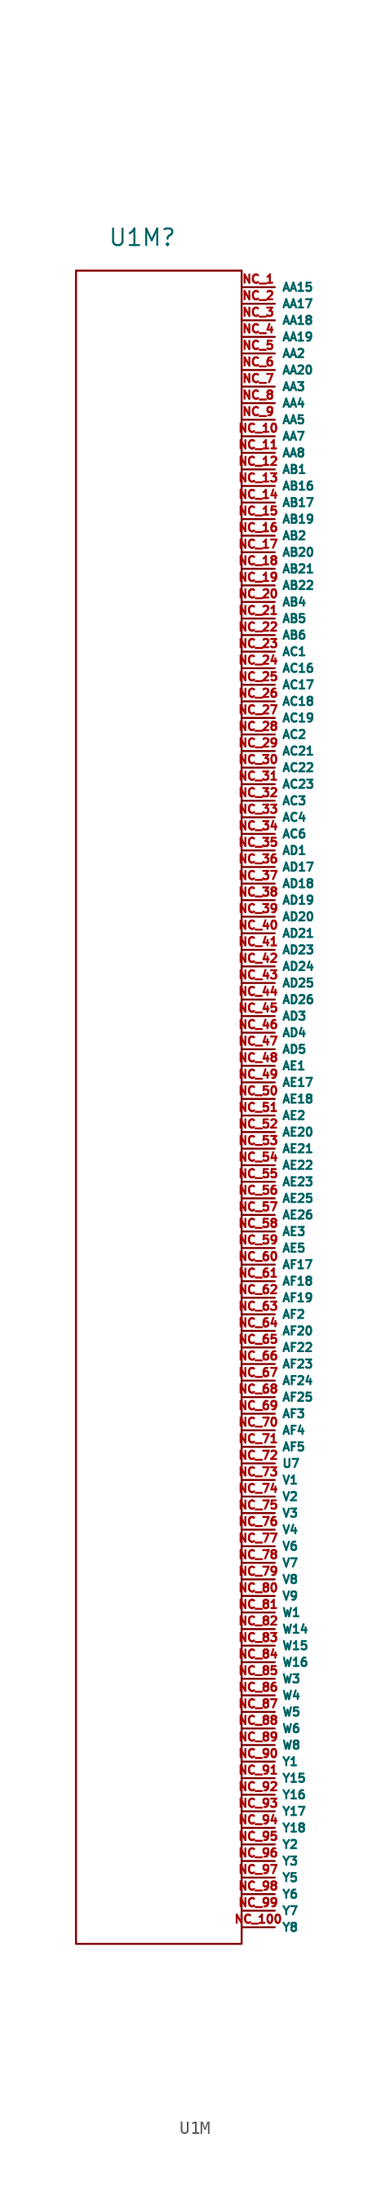
<source format=kicad_sym>
(kicad_symbol_lib
  (version 20241209)
  (generator "kicad_symbol_editor")
  (generator_version "9.0")
  (symbol "U1M"
    (property "Reference" "U1M"
      (at 0 0 0)
      (effects (font (size 1.27 1.27))))
    (property "Value" ""
      (at 0 0 0)
      (effects (font (size 1.27 1.27))))
    (symbol "U1M_0_1"
      (rectangle (start -5.08 -2.54) (end 7.62 -130.81) (stroke (width 0) (type default)) (fill (type none))))
    (symbol "U1M_1_1"
      (pin bidirectional line (at 7.62 -3.81 0) (length 2.54) (name "AA15" (effects (font (size 0.635 0.635)))) (number "NC_1" (effects (font (size 0.635 0.635)))))
      (pin bidirectional line (at 7.62 -5.08 0) (length 2.54) (name "AA17" (effects (font (size 0.635 0.635)))) (number "NC_2" (effects (font (size 0.635 0.635)))))
      (pin bidirectional line (at 7.62 -6.35 0) (length 2.54) (name "AA18" (effects (font (size 0.635 0.635)))) (number "NC_3" (effects (font (size 0.635 0.635)))))
      (pin bidirectional line (at 7.62 -7.62 0) (length 2.54) (name "AA19" (effects (font (size 0.635 0.635)))) (number "NC_4" (effects (font (size 0.635 0.635)))))
      (pin bidirectional line (at 7.62 -8.89 0) (length 2.54) (name "AA2" (effects (font (size 0.635 0.635)))) (number "NC_5" (effects (font (size 0.635 0.635)))))
      (pin bidirectional line (at 7.62 -10.16 0) (length 2.54) (name "AA20" (effects (font (size 0.635 0.635)))) (number "NC_6" (effects (font (size 0.635 0.635)))))
      (pin bidirectional line (at 7.62 -11.43 0) (length 2.54) (name "AA3" (effects (font (size 0.635 0.635)))) (number "NC_7" (effects (font (size 0.635 0.635)))))
      (pin bidirectional line (at 7.62 -12.7 0) (length 2.54) (name "AA4" (effects (font (size 0.635 0.635)))) (number "NC_8" (effects (font (size 0.635 0.635)))))
      (pin bidirectional line (at 7.62 -13.97 0) (length 2.54) (name "AA5" (effects (font (size 0.635 0.635)))) (number "NC_9" (effects (font (size 0.635 0.635)))))
      (pin bidirectional line (at 7.62 -15.24 0) (length 2.54) (name "AA7" (effects (font (size 0.635 0.635)))) (number "NC_10" (effects (font (size 0.635 0.635)))))
      (pin bidirectional line (at 7.62 -16.51 0) (length 2.54) (name "AA8" (effects (font (size 0.635 0.635)))) (number "NC_11" (effects (font (size 0.635 0.635)))))
      (pin bidirectional line (at 7.62 -17.78 0) (length 2.54) (name "AB1" (effects (font (size 0.635 0.635)))) (number "NC_12" (effects (font (size 0.635 0.635)))))
      (pin bidirectional line (at 7.62 -19.05 0) (length 2.54) (name "AB16" (effects (font (size 0.635 0.635)))) (number "NC_13" (effects (font (size 0.635 0.635)))))
      (pin bidirectional line (at 7.62 -20.32 0) (length 2.54) (name "AB17" (effects (font (size 0.635 0.635)))) (number "NC_14" (effects (font (size 0.635 0.635)))))
      (pin bidirectional line (at 7.62 -21.59 0) (length 2.54) (name "AB19" (effects (font (size 0.635 0.635)))) (number "NC_15" (effects (font (size 0.635 0.635)))))
      (pin bidirectional line (at 7.62 -22.86 0) (length 2.54) (name "AB2" (effects (font (size 0.635 0.635)))) (number "NC_16" (effects (font (size 0.635 0.635)))))
      (pin bidirectional line (at 7.62 -24.13 0) (length 2.54) (name "AB20" (effects (font (size 0.635 0.635)))) (number "NC_17" (effects (font (size 0.635 0.635)))))
      (pin bidirectional line (at 7.62 -25.4 0) (length 2.54) (name "AB21" (effects (font (size 0.635 0.635)))) (number "NC_18" (effects (font (size 0.635 0.635)))))
      (pin bidirectional line (at 7.62 -26.67 0) (length 2.54) (name "AB22" (effects (font (size 0.635 0.635)))) (number "NC_19" (effects (font (size 0.635 0.635)))))
      (pin bidirectional line (at 7.62 -27.94 0) (length 2.54) (name "AB4" (effects (font (size 0.635 0.635)))) (number "NC_20" (effects (font (size 0.635 0.635)))))
      (pin bidirectional line (at 7.62 -29.21 0) (length 2.54) (name "AB5" (effects (font (size 0.635 0.635)))) (number "NC_21" (effects (font (size 0.635 0.635)))))
      (pin bidirectional line (at 7.62 -30.48 0) (length 2.54) (name "AB6" (effects (font (size 0.635 0.635)))) (number "NC_22" (effects (font (size 0.635 0.635)))))
      (pin bidirectional line (at 7.62 -31.75 0) (length 2.54) (name "AC1" (effects (font (size 0.635 0.635)))) (number "NC_23" (effects (font (size 0.635 0.635)))))
      (pin bidirectional line (at 7.62 -33.02 0) (length 2.54) (name "AC16" (effects (font (size 0.635 0.635)))) (number "NC_24" (effects (font (size 0.635 0.635)))))
      (pin bidirectional line (at 7.62 -34.29 0) (length 2.54) (name "AC17" (effects (font (size 0.635 0.635)))) (number "NC_25" (effects (font (size 0.635 0.635)))))
      (pin bidirectional line (at 7.62 -35.56 0) (length 2.54) (name "AC18" (effects (font (size 0.635 0.635)))) (number "NC_26" (effects (font (size 0.635 0.635)))))
      (pin bidirectional line (at 7.62 -36.83 0) (length 2.54) (name "AC19" (effects (font (size 0.635 0.635)))) (number "NC_27" (effects (font (size 0.635 0.635)))))
      (pin bidirectional line (at 7.62 -38.1 0) (length 2.54) (name "AC2" (effects (font (size 0.635 0.635)))) (number "NC_28" (effects (font (size 0.635 0.635)))))
      (pin bidirectional line (at 7.62 -39.37 0) (length 2.54) (name "AC21" (effects (font (size 0.635 0.635)))) (number "NC_29" (effects (font (size 0.635 0.635)))))
      (pin bidirectional line (at 7.62 -40.64 0) (length 2.54) (name "AC22" (effects (font (size 0.635 0.635)))) (number "NC_30" (effects (font (size 0.635 0.635)))))
      (pin bidirectional line (at 7.62 -41.91 0) (length 2.54) (name "AC23" (effects (font (size 0.635 0.635)))) (number "NC_31" (effects (font (size 0.635 0.635)))))
      (pin bidirectional line (at 7.62 -43.18 0) (length 2.54) (name "AC3" (effects (font (size 0.635 0.635)))) (number "NC_32" (effects (font (size 0.635 0.635)))))
      (pin bidirectional line (at 7.62 -44.45 0) (length 2.54) (name "AC4" (effects (font (size 0.635 0.635)))) (number "NC_33" (effects (font (size 0.635 0.635)))))
      (pin bidirectional line (at 7.62 -45.72 0) (length 2.54) (name "AC6" (effects (font (size 0.635 0.635)))) (number "NC_34" (effects (font (size 0.635 0.635)))))
      (pin bidirectional line (at 7.62 -46.99 0) (length 2.54) (name "AD1" (effects (font (size 0.635 0.635)))) (number "NC_35" (effects (font (size 0.635 0.635)))))
      (pin bidirectional line (at 7.62 -48.26 0) (length 2.54) (name "AD17" (effects (font (size 0.635 0.635)))) (number "NC_36" (effects (font (size 0.635 0.635)))))
      (pin bidirectional line (at 7.62 -49.53 0) (length 2.54) (name "AD18" (effects (font (size 0.635 0.635)))) (number "NC_37" (effects (font (size 0.635 0.635)))))
      (pin bidirectional line (at 7.62 -50.8 0) (length 2.54) (name "AD19" (effects (font (size 0.635 0.635)))) (number "NC_38" (effects (font (size 0.635 0.635)))))
      (pin bidirectional line (at 7.62 -52.07 0) (length 2.54) (name "AD20" (effects (font (size 0.635 0.635)))) (number "NC_39" (effects (font (size 0.635 0.635)))))
      (pin bidirectional line (at 7.62 -53.34 0) (length 2.54) (name "AD21" (effects (font (size 0.635 0.635)))) (number "NC_40" (effects (font (size 0.635 0.635)))))
      (pin bidirectional line (at 7.62 -54.61 0) (length 2.54) (name "AD23" (effects (font (size 0.635 0.635)))) (number "NC_41" (effects (font (size 0.635 0.635)))))
      (pin bidirectional line (at 7.62 -55.88 0) (length 2.54) (name "AD24" (effects (font (size 0.635 0.635)))) (number "NC_42" (effects (font (size 0.635 0.635)))))
      (pin bidirectional line (at 7.62 -57.15 0) (length 2.54) (name "AD25" (effects (font (size 0.635 0.635)))) (number "NC_43" (effects (font (size 0.635 0.635)))))
      (pin bidirectional line (at 7.62 -58.42 0) (length 2.54) (name "AD26" (effects (font (size 0.635 0.635)))) (number "NC_44" (effects (font (size 0.635 0.635)))))
      (pin bidirectional line (at 7.62 -59.69 0) (length 2.54) (name "AD3" (effects (font (size 0.635 0.635)))) (number "NC_45" (effects (font (size 0.635 0.635)))))
      (pin bidirectional line (at 7.62 -60.96 0) (length 2.54) (name "AD4" (effects (font (size 0.635 0.635)))) (number "NC_46" (effects (font (size 0.635 0.635)))))
      (pin bidirectional line (at 7.62 -62.23 0) (length 2.54) (name "AD5" (effects (font (size 0.635 0.635)))) (number "NC_47" (effects (font (size 0.635 0.635)))))
      (pin bidirectional line (at 7.62 -63.5 0) (length 2.54) (name "AE1" (effects (font (size 0.635 0.635)))) (number "NC_48" (effects (font (size 0.635 0.635)))))
      (pin bidirectional line (at 7.62 -64.77 0) (length 2.54) (name "AE17" (effects (font (size 0.635 0.635)))) (number "NC_49" (effects (font (size 0.635 0.635)))))
      (pin bidirectional line (at 7.62 -66.04 0) (length 2.54) (name "AE18" (effects (font (size 0.635 0.635)))) (number "NC_50" (effects (font (size 0.635 0.635)))))
      (pin bidirectional line (at 7.62 -67.31 0) (length 2.54) (name "AE2" (effects (font (size 0.635 0.635)))) (number "NC_51" (effects (font (size 0.635 0.635)))))
      (pin bidirectional line (at 7.62 -68.58 0) (length 2.54) (name "AE20" (effects (font (size 0.635 0.635)))) (number "NC_52" (effects (font (size 0.635 0.635)))))
      (pin bidirectional line (at 7.62 -69.85 0) (length 2.54) (name "AE21" (effects (font (size 0.635 0.635)))) (number "NC_53" (effects (font (size 0.635 0.635)))))
      (pin bidirectional line (at 7.62 -71.12 0) (length 2.54) (name "AE22" (effects (font (size 0.635 0.635)))) (number "NC_54" (effects (font (size 0.635 0.635)))))
      (pin bidirectional line (at 7.62 -72.39 0) (length 2.54) (name "AE23" (effects (font (size 0.635 0.635)))) (number "NC_55" (effects (font (size 0.635 0.635)))))
      (pin bidirectional line (at 7.62 -73.66 0) (length 2.54) (name "AE25" (effects (font (size 0.635 0.635)))) (number "NC_56" (effects (font (size 0.635 0.635)))))
      (pin bidirectional line (at 7.62 -74.93 0) (length 2.54) (name "AE26" (effects (font (size 0.635 0.635)))) (number "NC_57" (effects (font (size 0.635 0.635)))))
      (pin bidirectional line (at 7.62 -76.2 0) (length 2.54) (name "AE3" (effects (font (size 0.635 0.635)))) (number "NC_58" (effects (font (size 0.635 0.635)))))
      (pin bidirectional line (at 7.62 -77.47 0) (length 2.54) (name "AE5" (effects (font (size 0.635 0.635)))) (number "NC_59" (effects (font (size 0.635 0.635)))))
      (pin bidirectional line (at 7.62 -78.74 0) (length 2.54) (name "AF17" (effects (font (size 0.635 0.635)))) (number "NC_60" (effects (font (size 0.635 0.635)))))
      (pin bidirectional line (at 7.62 -80.01 0) (length 2.54) (name "AF18" (effects (font (size 0.635 0.635)))) (number "NC_61" (effects (font (size 0.635 0.635)))))
      (pin bidirectional line (at 7.62 -81.28 0) (length 2.54) (name "AF19" (effects (font (size 0.635 0.635)))) (number "NC_62" (effects (font (size 0.635 0.635)))))
      (pin bidirectional line (at 7.62 -82.55 0) (length 2.54) (name "AF2" (effects (font (size 0.635 0.635)))) (number "NC_63" (effects (font (size 0.635 0.635)))))
      (pin bidirectional line (at 7.62 -83.82 0) (length 2.54) (name "AF20" (effects (font (size 0.635 0.635)))) (number "NC_64" (effects (font (size 0.635 0.635)))))
      (pin bidirectional line (at 7.62 -85.09 0) (length 2.54) (name "AF22" (effects (font (size 0.635 0.635)))) (number "NC_65" (effects (font (size 0.635 0.635)))))
      (pin bidirectional line (at 7.62 -86.36 0) (length 2.54) (name "AF23" (effects (font (size 0.635 0.635)))) (number "NC_66" (effects (font (size 0.635 0.635)))))
      (pin bidirectional line (at 7.62 -87.63 0) (length 2.54) (name "AF24" (effects (font (size 0.635 0.635)))) (number "NC_67" (effects (font (size 0.635 0.635)))))
      (pin bidirectional line (at 7.62 -88.9 0) (length 2.54) (name "AF25" (effects (font (size 0.635 0.635)))) (number "NC_68" (effects (font (size 0.635 0.635)))))
      (pin bidirectional line (at 7.62 -90.17 0) (length 2.54) (name "AF3" (effects (font (size 0.635 0.635)))) (number "NC_69" (effects (font (size 0.635 0.635)))))
      (pin bidirectional line (at 7.62 -91.44 0) (length 2.54) (name "AF4" (effects (font (size 0.635 0.635)))) (number "NC_70" (effects (font (size 0.635 0.635)))))
      (pin bidirectional line (at 7.62 -92.71 0) (length 2.54) (name "AF5" (effects (font (size 0.635 0.635)))) (number "NC_71" (effects (font (size 0.635 0.635)))))
      (pin bidirectional line (at 7.62 -93.98 0) (length 2.54) (name "U7" (effects (font (size 0.635 0.635)))) (number "NC_72" (effects (font (size 0.635 0.635)))))
      (pin bidirectional line (at 7.62 -95.25 0) (length 2.54) (name "V1" (effects (font (size 0.635 0.635)))) (number "NC_73" (effects (font (size 0.635 0.635)))))
      (pin bidirectional line (at 7.62 -96.52 0) (length 2.54) (name "V2" (effects (font (size 0.635 0.635)))) (number "NC_74" (effects (font (size 0.635 0.635)))))
      (pin bidirectional line (at 7.62 -97.79 0) (length 2.54) (name "V3" (effects (font (size 0.635 0.635)))) (number "NC_75" (effects (font (size 0.635 0.635)))))
      (pin bidirectional line (at 7.62 -99.06 0) (length 2.54) (name "V4" (effects (font (size 0.635 0.635)))) (number "NC_76" (effects (font (size 0.635 0.635)))))
      (pin bidirectional line (at 7.62 -100.33 0) (length 2.54) (name "V6" (effects (font (size 0.635 0.635)))) (number "NC_77" (effects (font (size 0.635 0.635)))))
      (pin bidirectional line (at 7.62 -101.6 0) (length 2.54) (name "V7" (effects (font (size 0.635 0.635)))) (number "NC_78" (effects (font (size 0.635 0.635)))))
      (pin bidirectional line (at 7.62 -102.87 0) (length 2.54) (name "V8" (effects (font (size 0.635 0.635)))) (number "NC_79" (effects (font (size 0.635 0.635)))))
      (pin bidirectional line (at 7.62 -104.14 0) (length 2.54) (name "V9" (effects (font (size 0.635 0.635)))) (number "NC_80" (effects (font (size 0.635 0.635)))))
      (pin bidirectional line (at 7.62 -105.41 0) (length 2.54) (name "W1" (effects (font (size 0.635 0.635)))) (number "NC_81" (effects (font (size 0.635 0.635)))))
      (pin bidirectional line (at 7.62 -106.68 0) (length 2.54) (name "W14" (effects (font (size 0.635 0.635)))) (number "NC_82" (effects (font (size 0.635 0.635)))))
      (pin bidirectional line (at 7.62 -107.95 0) (length 2.54) (name "W15" (effects (font (size 0.635 0.635)))) (number "NC_83" (effects (font (size 0.635 0.635)))))
      (pin bidirectional line (at 7.62 -109.22 0) (length 2.54) (name "W16" (effects (font (size 0.635 0.635)))) (number "NC_84" (effects (font (size 0.635 0.635)))))
      (pin bidirectional line (at 7.62 -110.49 0) (length 2.54) (name "W3" (effects (font (size 0.635 0.635)))) (number "NC_85" (effects (font (size 0.635 0.635)))))
      (pin bidirectional line (at 7.62 -111.76 0) (length 2.54) (name "W4" (effects (font (size 0.635 0.635)))) (number "NC_86" (effects (font (size 0.635 0.635)))))
      (pin bidirectional line (at 7.62 -113.03 0) (length 2.54) (name "W5" (effects (font (size 0.635 0.635)))) (number "NC_87" (effects (font (size 0.635 0.635)))))
      (pin bidirectional line (at 7.62 -114.3 0) (length 2.54) (name "W6" (effects (font (size 0.635 0.635)))) (number "NC_88" (effects (font (size 0.635 0.635)))))
      (pin bidirectional line (at 7.62 -115.57 0) (length 2.54) (name "W8" (effects (font (size 0.635 0.635)))) (number "NC_89" (effects (font (size 0.635 0.635)))))
      (pin bidirectional line (at 7.62 -116.84 0) (length 2.54) (name "Y1" (effects (font (size 0.635 0.635)))) (number "NC_90" (effects (font (size 0.635 0.635)))))
      (pin bidirectional line (at 7.62 -118.11 0) (length 2.54) (name "Y15" (effects (font (size 0.635 0.635)))) (number "NC_91" (effects (font (size 0.635 0.635)))))
      (pin bidirectional line (at 7.62 -119.38 0) (length 2.54) (name "Y16" (effects (font (size 0.635 0.635)))) (number "NC_92" (effects (font (size 0.635 0.635)))))
      (pin bidirectional line (at 7.62 -120.65 0) (length 2.54) (name "Y17" (effects (font (size 0.635 0.635)))) (number "NC_93" (effects (font (size 0.635 0.635)))))
      (pin bidirectional line (at 7.62 -121.92 0) (length 2.54) (name "Y18" (effects (font (size 0.635 0.635)))) (number "NC_94" (effects (font (size 0.635 0.635)))))
      (pin bidirectional line (at 7.62 -123.19 0) (length 2.54) (name "Y2" (effects (font (size 0.635 0.635)))) (number "NC_95" (effects (font (size 0.635 0.635)))))
      (pin bidirectional line (at 7.62 -124.46 0) (length 2.54) (name "Y3" (effects (font (size 0.635 0.635)))) (number "NC_96" (effects (font (size 0.635 0.635)))))
      (pin bidirectional line (at 7.62 -125.73 0) (length 2.54) (name "Y5" (effects (font (size 0.635 0.635)))) (number "NC_97" (effects (font (size 0.635 0.635)))))
      (pin bidirectional line (at 7.62 -127 0) (length 2.54) (name "Y6" (effects (font (size 0.635 0.635)))) (number "NC_98" (effects (font (size 0.635 0.635)))))
      (pin bidirectional line (at 7.62 -128.27 0) (length 2.54) (name "Y7" (effects (font (size 0.635 0.635)))) (number "NC_99" (effects (font (size 0.635 0.635)))))
      (pin bidirectional line (at 7.62 -129.54 0) (length 2.54) (name "Y8" (effects (font (size 0.635 0.635)))) (number "NC_100" (effects (font (size 0.635 0.635))))))))
</source>
